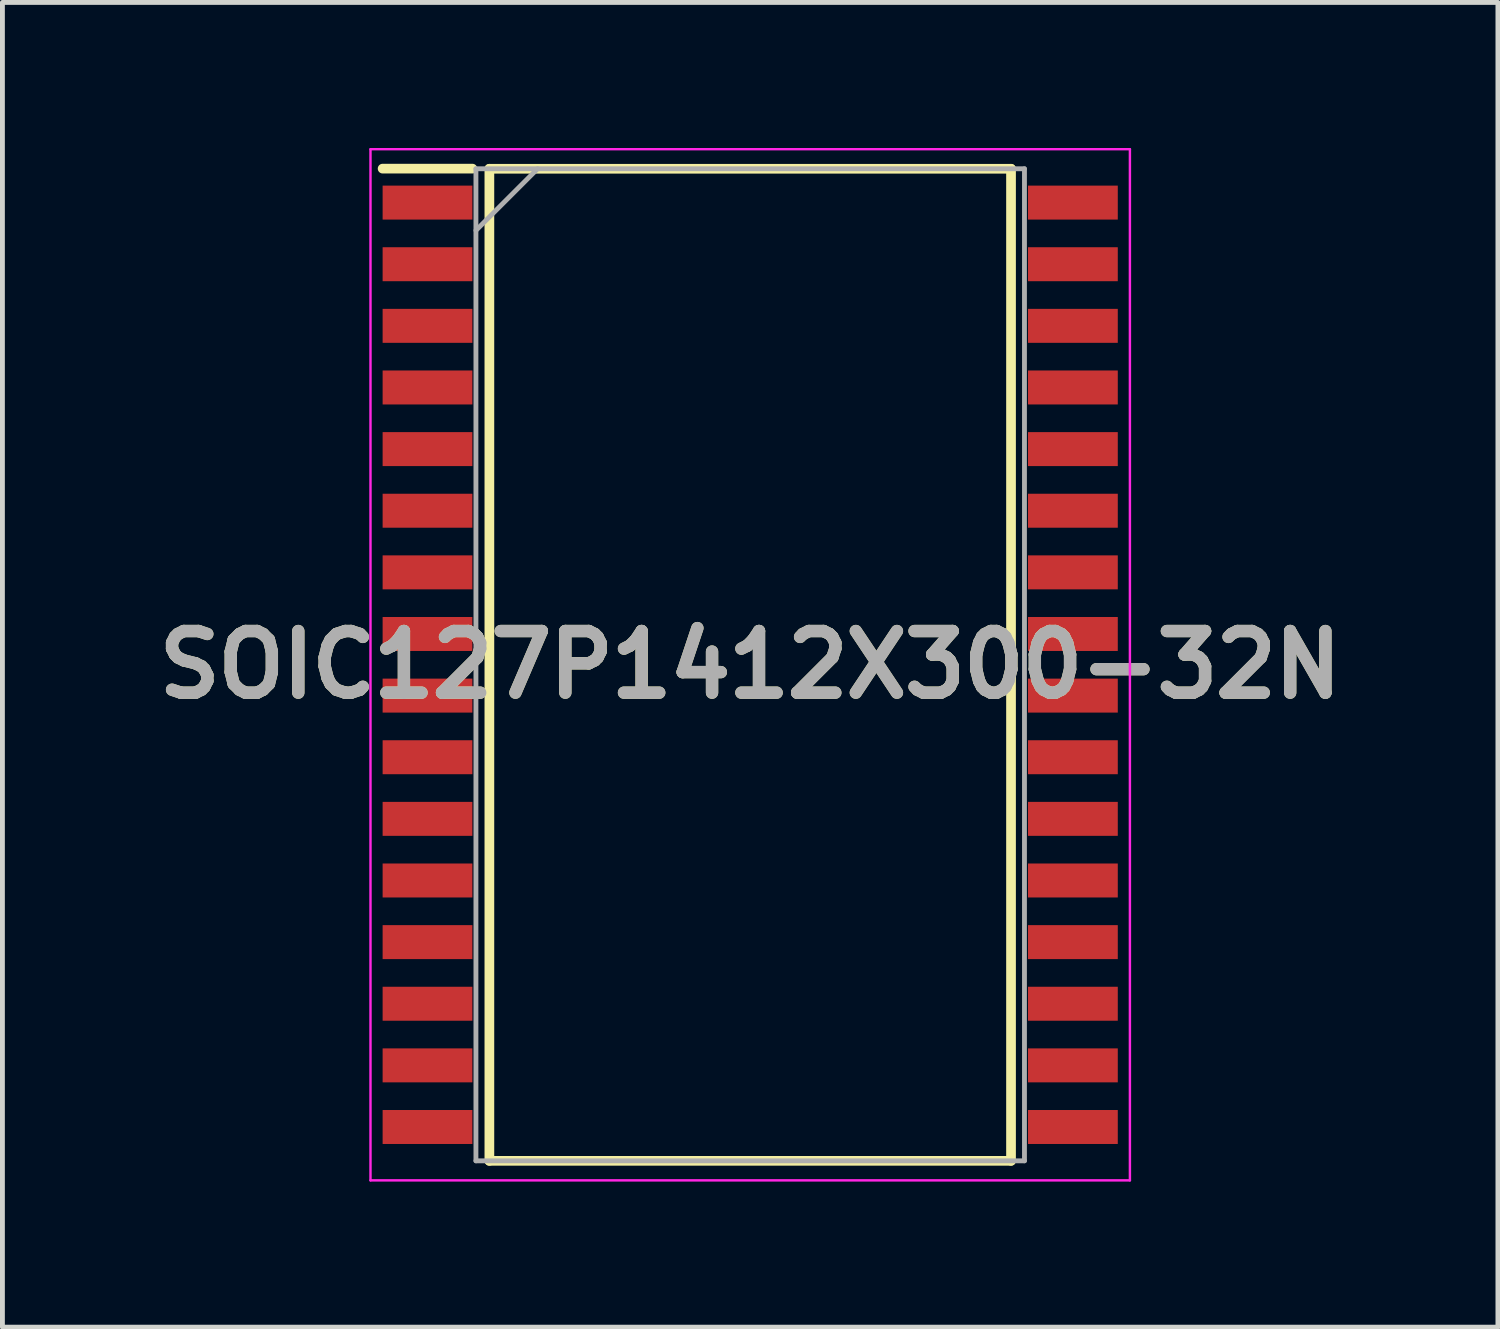
<source format=kicad_pcb>
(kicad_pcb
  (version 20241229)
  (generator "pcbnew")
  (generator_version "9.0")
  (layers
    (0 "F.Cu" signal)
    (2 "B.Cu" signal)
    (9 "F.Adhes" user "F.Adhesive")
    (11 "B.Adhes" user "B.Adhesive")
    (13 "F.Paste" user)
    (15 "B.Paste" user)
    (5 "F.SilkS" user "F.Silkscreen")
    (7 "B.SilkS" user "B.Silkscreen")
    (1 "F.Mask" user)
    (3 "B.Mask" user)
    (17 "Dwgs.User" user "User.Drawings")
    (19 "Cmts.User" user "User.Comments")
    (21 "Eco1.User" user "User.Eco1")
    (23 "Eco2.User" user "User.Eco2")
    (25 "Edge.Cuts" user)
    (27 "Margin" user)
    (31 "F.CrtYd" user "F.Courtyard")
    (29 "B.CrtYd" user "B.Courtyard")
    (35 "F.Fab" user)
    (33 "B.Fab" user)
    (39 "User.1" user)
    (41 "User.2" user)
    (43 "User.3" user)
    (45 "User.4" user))
  (footprint "SOIC127P1412X300-32N"
    (layer "F.Cu")
    (at 12.41 10.65)
    (property "Reference" "SOIC127P1412X300-32N" (at 0 0 0) (layer "F.SilkS") (effects (font (size 1.27 1.27) (thickness 0.254))))
    (attr smd)
    (fp_line (start -7.575 -10.225) (end -5.725 -10.225) (stroke (width 0.2) (type solid)) (layer "F.SilkS"))
    (fp_line (start -5.375 -10.222) (end 5.375 -10.222) (stroke (width 0.2) (type solid)) (layer "F.SilkS"))
    (fp_line (start -5.375 10.222) (end -5.375 -10.222) (stroke (width 0.2) (type solid)) (layer "F.SilkS"))
    (fp_line (start 5.375 -10.222) (end 5.375 10.222) (stroke (width 0.2) (type solid)) (layer "F.SilkS"))
    (fp_line (start 5.375 10.222) (end -5.375 10.222) (stroke (width 0.2) (type solid)) (layer "F.SilkS"))
    (fp_line (start -7.825 -10.625) (end 7.825 -10.625) (stroke (width 0.05) (type solid)) (layer "F.CrtYd"))
    (fp_line (start -7.825 10.625) (end -7.825 -10.625) (stroke (width 0.05) (type solid)) (layer "F.CrtYd"))
    (fp_line (start 7.825 -10.625) (end 7.825 10.625) (stroke (width 0.05) (type solid)) (layer "F.CrtYd"))
    (fp_line (start 7.825 10.625) (end -7.825 10.625) (stroke (width 0.05) (type solid)) (layer "F.CrtYd"))
    (fp_line (start -5.652 -10.222) (end 5.652 -10.222) (stroke (width 0.1) (type solid)) (layer "F.Fab"))
    (fp_line (start -5.652 -8.952) (end -4.382 -10.222) (stroke (width 0.1) (type solid)) (layer "F.Fab"))
    (fp_line (start -5.652 10.222) (end -5.652 -10.222) (stroke (width 0.1) (type solid)) (layer "F.Fab"))
    (fp_line (start 5.652 -10.222) (end 5.652 10.222) (stroke (width 0.1) (type solid)) (layer "F.Fab"))
    (fp_line (start 5.652 10.222) (end -5.652 10.222) (stroke (width 0.1) (type solid)) (layer "F.Fab"))
    (fp_text user "${REFERENCE}" (at 0 0 0) (layer "F.Fab") (effects (font (size 1.27 1.27) (thickness 0.254))))
    (pad "1" smd rect (at -6.65 -9.525 90) (size 0.7 1.85) (layers "F.Cu" "F.Mask" "F.Paste"))
    (pad "2" smd rect (at -6.65 -8.255 90) (size 0.7 1.85) (layers "F.Cu" "F.Mask" "F.Paste"))
    (pad "3" smd rect (at -6.65 -6.985 90) (size 0.7 1.85) (layers "F.Cu" "F.Mask" "F.Paste"))
    (pad "4" smd rect (at -6.65 -5.715 90) (size 0.7 1.85) (layers "F.Cu" "F.Mask" "F.Paste"))
    (pad "5" smd rect (at -6.65 -4.445 90) (size 0.7 1.85) (layers "F.Cu" "F.Mask" "F.Paste"))
    (pad "6" smd rect (at -6.65 -3.175 90) (size 0.7 1.85) (layers "F.Cu" "F.Mask" "F.Paste"))
    (pad "7" smd rect (at -6.65 -1.905 90) (size 0.7 1.85) (layers "F.Cu" "F.Mask" "F.Paste"))
    (pad "8" smd rect (at -6.65 -0.635 90) (size 0.7 1.85) (layers "F.Cu" "F.Mask" "F.Paste"))
    (pad "9" smd rect (at -6.65 0.635 90) (size 0.7 1.85) (layers "F.Cu" "F.Mask" "F.Paste"))
    (pad "10" smd rect (at -6.65 1.905 90) (size 0.7 1.85) (layers "F.Cu" "F.Mask" "F.Paste"))
    (pad "11" smd rect (at -6.65 3.175 90) (size 0.7 1.85) (layers "F.Cu" "F.Mask" "F.Paste"))
    (pad "12" smd rect (at -6.65 4.445 90) (size 0.7 1.85) (layers "F.Cu" "F.Mask" "F.Paste"))
    (pad "13" smd rect (at -6.65 5.715 90) (size 0.7 1.85) (layers "F.Cu" "F.Mask" "F.Paste"))
    (pad "14" smd rect (at -6.65 6.985 90) (size 0.7 1.85) (layers "F.Cu" "F.Mask" "F.Paste"))
    (pad "15" smd rect (at -6.65 8.255 90) (size 0.7 1.85) (layers "F.Cu" "F.Mask" "F.Paste"))
    (pad "16" smd rect (at -6.65 9.525 90) (size 0.7 1.85) (layers "F.Cu" "F.Mask" "F.Paste"))
    (pad "17" smd rect (at 6.65 9.525 90) (size 0.7 1.85) (layers "F.Cu" "F.Mask" "F.Paste"))
    (pad "18" smd rect (at 6.65 8.255 90) (size 0.7 1.85) (layers "F.Cu" "F.Mask" "F.Paste"))
    (pad "19" smd rect (at 6.65 6.985 90) (size 0.7 1.85) (layers "F.Cu" "F.Mask" "F.Paste"))
    (pad "20" smd rect (at 6.65 5.715 90) (size 0.7 1.85) (layers "F.Cu" "F.Mask" "F.Paste"))
    (pad "21" smd rect (at 6.65 4.445 90) (size 0.7 1.85) (layers "F.Cu" "F.Mask" "F.Paste"))
    (pad "22" smd rect (at 6.65 3.175 90) (size 0.7 1.85) (layers "F.Cu" "F.Mask" "F.Paste"))
    (pad "23" smd rect (at 6.65 1.905 90) (size 0.7 1.85) (layers "F.Cu" "F.Mask" "F.Paste"))
    (pad "24" smd rect (at 6.65 0.635 90) (size 0.7 1.85) (layers "F.Cu" "F.Mask" "F.Paste"))
    (pad "25" smd rect (at 6.65 -0.635 90) (size 0.7 1.85) (layers "F.Cu" "F.Mask" "F.Paste"))
    (pad "26" smd rect (at 6.65 -1.905 90) (size 0.7 1.85) (layers "F.Cu" "F.Mask" "F.Paste"))
    (pad "27" smd rect (at 6.65 -3.175 90) (size 0.7 1.85) (layers "F.Cu" "F.Mask" "F.Paste"))
    (pad "28" smd rect (at 6.65 -4.445 90) (size 0.7 1.85) (layers "F.Cu" "F.Mask" "F.Paste"))
    (pad "29" smd rect (at 6.65 -5.715 90) (size 0.7 1.85) (layers "F.Cu" "F.Mask" "F.Paste"))
    (pad "30" smd rect (at 6.65 -6.985 90) (size 0.7 1.85) (layers "F.Cu" "F.Mask" "F.Paste"))
    (pad "31" smd rect (at 6.65 -8.255 90) (size 0.7 1.85) (layers "F.Cu" "F.Mask" "F.Paste"))
    (pad "32" smd rect (at 6.65 -9.525 90) (size 0.7 1.85) (layers "F.Cu" "F.Mask" "F.Paste")))
  (gr_rect
    (start -3 -3)
    (end 27.819 24.3)
    (stroke (width 0.1) (type default))
    (fill no)
    (layer "Edge.Cuts")))
</source>
